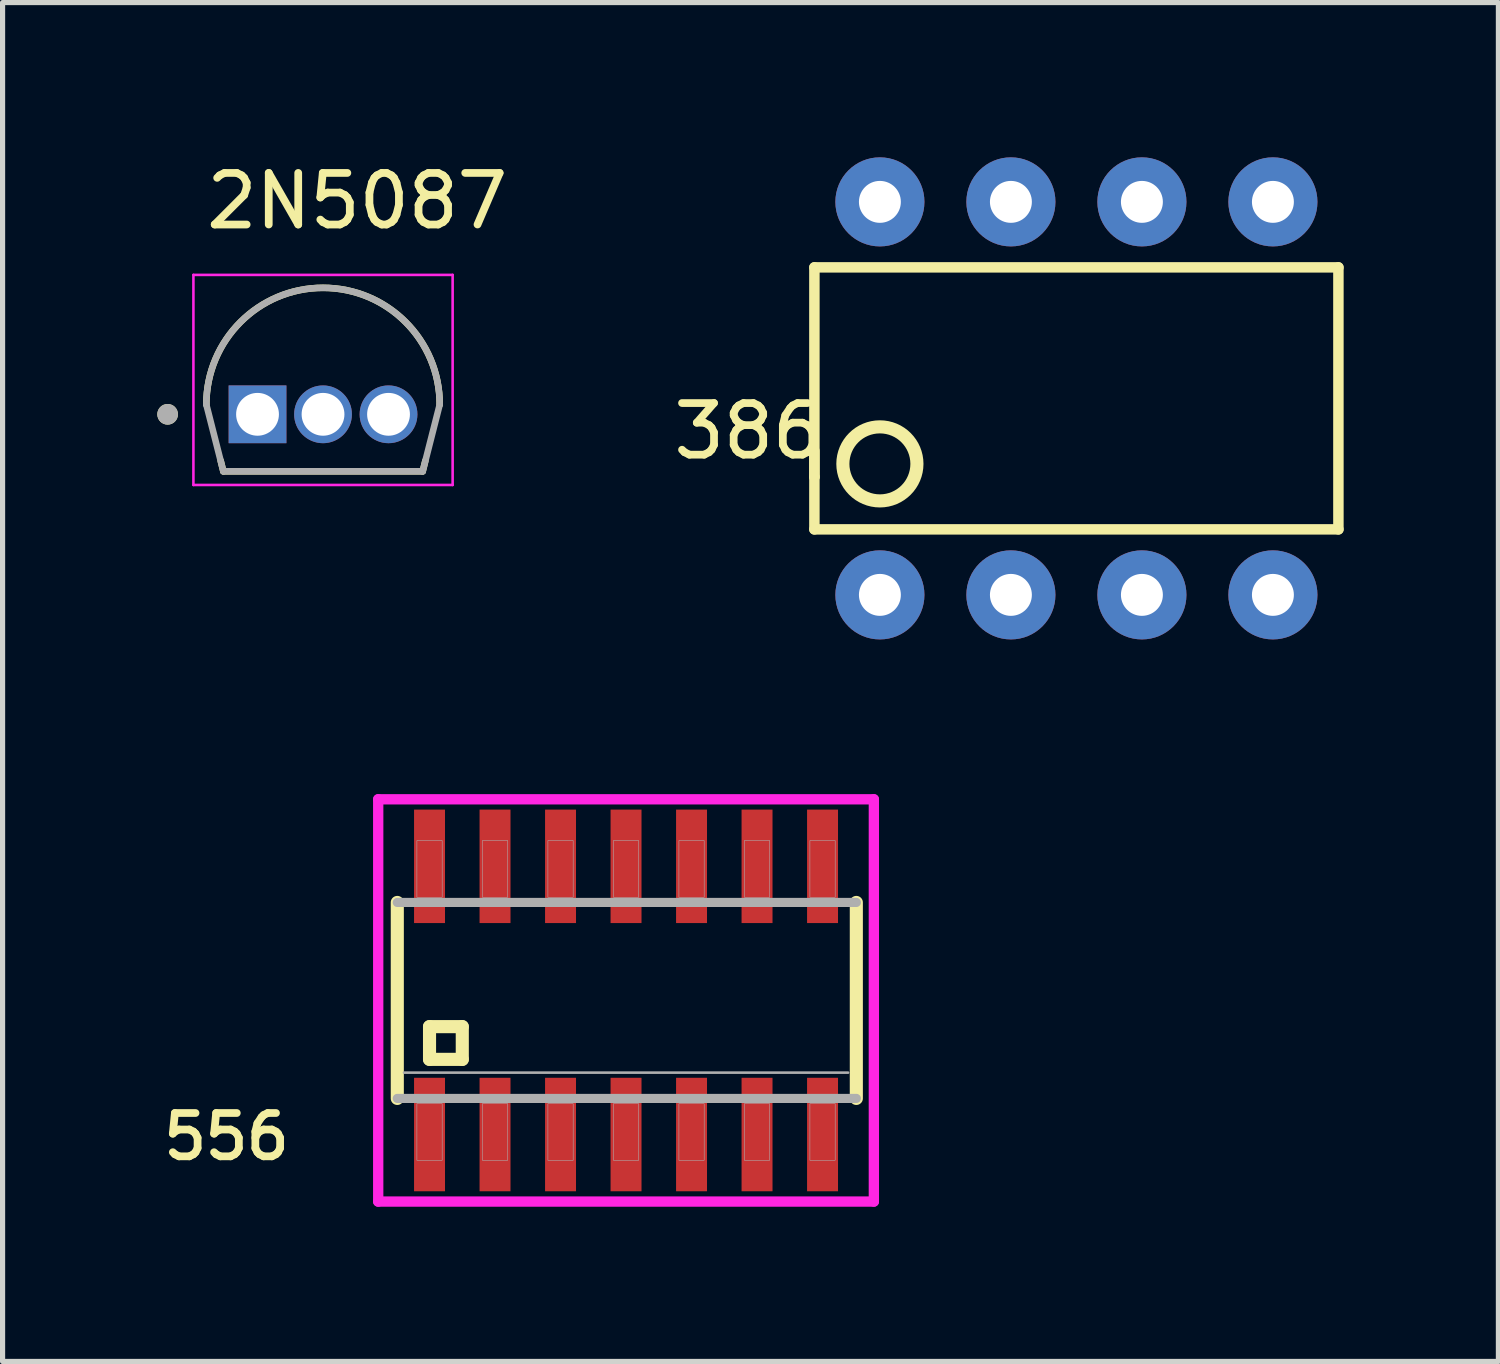
<source format=kicad_pcb>
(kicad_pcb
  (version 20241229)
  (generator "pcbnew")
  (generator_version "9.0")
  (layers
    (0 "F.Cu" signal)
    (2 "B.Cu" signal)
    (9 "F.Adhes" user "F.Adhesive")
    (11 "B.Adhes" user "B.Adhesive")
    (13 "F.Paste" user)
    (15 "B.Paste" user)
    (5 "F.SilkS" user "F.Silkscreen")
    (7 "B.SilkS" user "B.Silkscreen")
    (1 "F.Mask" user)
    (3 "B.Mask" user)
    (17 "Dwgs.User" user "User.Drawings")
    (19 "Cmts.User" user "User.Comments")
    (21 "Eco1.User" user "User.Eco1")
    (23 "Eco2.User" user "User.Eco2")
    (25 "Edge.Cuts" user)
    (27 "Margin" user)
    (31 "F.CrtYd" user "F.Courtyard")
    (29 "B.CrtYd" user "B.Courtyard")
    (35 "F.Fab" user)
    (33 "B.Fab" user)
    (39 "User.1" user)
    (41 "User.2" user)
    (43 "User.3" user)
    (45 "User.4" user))
  (footprint "2N5087"
    (layer "F.Cu")
    (at 3.213 4.983)
    (property "Reference" "2N5087" (at 0.662 -4.135 0) (layer "F.SilkS") (effects (font (size 1 1) (thickness 0.15))))
    (attr through_hole)
    (fp_line (start -1.933 1.105) (end -1.984 0.9) (stroke (width 0.127) (type solid)) (layer "F.SilkS"))
    (fp_line (start 1.933 1.105) (end -1.933 1.105) (stroke (width 0.127) (type solid)) (layer "F.SilkS"))
    (fp_line (start 1.933 1.105) (end 1.984 0.9) (stroke (width 0.127) (type solid)) (layer "F.SilkS"))
    (fp_arc (start -2.2625 -0.19) (mid 0 -2.4525) (end 2.2625 -0.19) (stroke (width 0.127) (type solid)) (layer "F.SilkS"))
    (fp_circle (center -3.013 0) (end -2.913 0) (stroke (width 0.2) (type solid)) (fill no) (layer "F.SilkS"))
    (fp_line (start -2.513 -2.703) (end -2.513 1.37) (stroke (width 0.05) (type solid)) (layer "F.CrtYd"))
    (fp_line (start -2.513 1.37) (end 2.513 1.37) (stroke (width 0.05) (type solid)) (layer "F.CrtYd"))
    (fp_line (start 2.513 -2.703) (end -2.513 -2.703) (stroke (width 0.05) (type solid)) (layer "F.CrtYd"))
    (fp_line (start 2.513 1.37) (end 2.513 -2.703) (stroke (width 0.05) (type solid)) (layer "F.CrtYd"))
    (fp_line (start -1.933 1.105) (end -2.263 -0.19) (stroke (width 0.127) (type solid)) (layer "F.Fab"))
    (fp_line (start 1.933 1.105) (end -1.933 1.105) (stroke (width 0.127) (type solid)) (layer "F.Fab"))
    (fp_line (start 1.933 1.105) (end 2.263 -0.19) (stroke (width 0.127) (type solid)) (layer "F.Fab"))
    (fp_arc (start -2.2625 -0.19) (mid 0 -2.4525) (end 2.2625 -0.19) (stroke (width 0.127) (type solid)) (layer "F.Fab"))
    (fp_circle (center -3.013 0) (end -2.913 0) (stroke (width 0.2) (type solid)) (fill no) (layer "F.Fab"))
    (pad "1" thru_hole rect (at -1.27 0) (size 1.12 1.12) (drill 0.83) (layers "*.Cu" "*.Mask"))
    (pad "2" thru_hole circle (at 0 0) (size 1.12 1.12) (drill 0.83) (layers "*.Cu" "*.Mask"))
    (pad "3" thru_hole circle (at 1.27 0) (size 1.12 1.12) (drill 0.83) (layers "*.Cu" "*.Mask")))
  (footprint "556"
    (layer "F.Cu")
    (at 9.088 16.347)
    (property "Reference" "556" (at -7.747 2.642 0) (layer "F.SilkS") (effects (font (size 0.84 0.84) (thickness 0.15))))
    (attr smd)
    (fp_line (start -4.435 1.9) (end -4.435 -1.9) (stroke (width 0.254) (type solid)) (layer "F.SilkS"))
    (fp_line (start -3.81 0.508) (end -3.175 0.508) (stroke (width 0.254) (type solid)) (layer "F.SilkS"))
    (fp_line (start -3.81 1.143) (end -3.81 0.508) (stroke (width 0.254) (type solid)) (layer "F.SilkS"))
    (fp_line (start -3.175 0.508) (end -3.175 1.143) (stroke (width 0.254) (type solid)) (layer "F.SilkS"))
    (fp_line (start -3.175 1.143) (end -3.81 1.143) (stroke (width 0.254) (type solid)) (layer "F.SilkS"))
    (fp_line (start 4.465 -1.9) (end 4.465 1.9) (stroke (width 0.254) (type solid)) (layer "F.SilkS"))
    (fp_line (start -4.805 -3.9) (end 4.805 -3.9) (stroke (width 0.2) (type solid)) (layer "F.CrtYd"))
    (fp_line (start -4.805 3.9) (end -4.805 -3.9) (stroke (width 0.2) (type solid)) (layer "F.CrtYd"))
    (fp_line (start 4.805 -3.9) (end 4.805 3.9) (stroke (width 0.2) (type solid)) (layer "F.CrtYd"))
    (fp_line (start 4.805 3.9) (end -4.805 3.9) (stroke (width 0.2) (type solid)) (layer "F.CrtYd"))
    (fp_line (start -4.435 -1.9) (end 4.465 -1.9) (stroke (width 0.178) (type solid)) (layer "F.Fab"))
    (fp_line (start 4.305 1.4) (end -4.305 1.4) (stroke (width 0.051) (type solid)) (layer "F.Fab"))
    (fp_line (start 4.465 1.9) (end -4.435 1.9) (stroke (width 0.178) (type solid)) (layer "F.Fab"))
    (fp_poly (pts (xy -4.055 -3.1) (xy -3.565 -3.1) (xy -3.565 -2) (xy -4.055 -2)) (stroke (width 0.01) (type solid)) (fill no) (layer "F.Fab"))
    (fp_poly (pts (xy -4.055 2) (xy -3.565 2) (xy -3.565 3.1) (xy -4.055 3.1)) (stroke (width 0.01) (type solid)) (fill no) (layer "F.Fab"))
    (fp_poly (pts (xy -2.785 -3.1) (xy -2.295 -3.1) (xy -2.295 -2) (xy -2.785 -2)) (stroke (width 0.01) (type solid)) (fill no) (layer "F.Fab"))
    (fp_poly (pts (xy -2.785 2) (xy -2.295 2) (xy -2.295 3.1) (xy -2.785 3.1)) (stroke (width 0.01) (type solid)) (fill no) (layer "F.Fab"))
    (fp_poly (pts (xy -1.515 -3.1) (xy -1.025 -3.1) (xy -1.025 -2) (xy -1.515 -2)) (stroke (width 0.01) (type solid)) (fill no) (layer "F.Fab"))
    (fp_poly (pts (xy -1.515 2) (xy -1.025 2) (xy -1.025 3.1) (xy -1.515 3.1)) (stroke (width 0.01) (type solid)) (fill no) (layer "F.Fab"))
    (fp_poly (pts (xy -0.245 -3.1) (xy 0.245 -3.1) (xy 0.245 -2) (xy -0.245 -2)) (stroke (width 0.01) (type solid)) (fill no) (layer "F.Fab"))
    (fp_poly (pts (xy -0.245 2) (xy 0.245 2) (xy 0.245 3.1) (xy -0.245 3.1)) (stroke (width 0.01) (type solid)) (fill no) (layer "F.Fab"))
    (fp_poly (pts (xy 1.025 -3.1) (xy 1.515 -3.1) (xy 1.515 -2) (xy 1.025 -2)) (stroke (width 0.01) (type solid)) (fill no) (layer "F.Fab"))
    (fp_poly (pts (xy 1.025 2) (xy 1.515 2) (xy 1.515 3.1) (xy 1.025 3.1)) (stroke (width 0.01) (type solid)) (fill no) (layer "F.Fab"))
    (fp_poly (pts (xy 2.295 -3.1) (xy 2.785 -3.1) (xy 2.785 -2) (xy 2.295 -2)) (stroke (width 0.01) (type solid)) (fill no) (layer "F.Fab"))
    (fp_poly (pts (xy 2.295 2) (xy 2.785 2) (xy 2.785 3.1) (xy 2.295 3.1)) (stroke (width 0.01) (type solid)) (fill no) (layer "F.Fab"))
    (fp_poly (pts (xy 3.565 -3.1) (xy 4.055 -3.1) (xy 4.055 -2) (xy 3.565 -2)) (stroke (width 0.01) (type solid)) (fill no) (layer "F.Fab"))
    (fp_poly (pts (xy 3.565 2) (xy 4.055 2) (xy 4.055 3.1) (xy 3.565 3.1)) (stroke (width 0.01) (type solid)) (fill no) (layer "F.Fab"))
    (pad "1" smd rect (at -3.81 2.6) (size 0.6 2.2) (layers "F.Cu" "F.Mask" "F.Paste"))
    (pad "2" smd rect (at -2.54 2.6) (size 0.6 2.2) (layers "F.Cu" "F.Mask" "F.Paste"))
    (pad "3" smd rect (at -1.27 2.6) (size 0.6 2.2) (layers "F.Cu" "F.Mask" "F.Paste"))
    (pad "4" smd rect (at 0 2.6) (size 0.6 2.2) (layers "F.Cu" "F.Mask" "F.Paste"))
    (pad "5" smd rect (at 1.27 2.6) (size 0.6 2.2) (layers "F.Cu" "F.Mask" "F.Paste"))
    (pad "6" smd rect (at 2.54 2.6) (size 0.6 2.2) (layers "F.Cu" "F.Mask" "F.Paste"))
    (pad "7" smd rect (at 3.81 2.6) (size 0.6 2.2) (layers "F.Cu" "F.Mask" "F.Paste"))
    (pad "8" smd rect (at 3.81 -2.6) (size 0.6 2.2) (layers "F.Cu" "F.Mask" "F.Paste"))
    (pad "9" smd rect (at 2.54 -2.6) (size 0.6 2.2) (layers "F.Cu" "F.Mask" "F.Paste"))
    (pad "10" smd rect (at 1.27 -2.6) (size 0.6 2.2) (layers "F.Cu" "F.Mask" "F.Paste"))
    (pad "11" smd rect (at 0 -2.6) (size 0.6 2.2) (layers "F.Cu" "F.Mask" "F.Paste"))
    (pad "12" smd rect (at -1.27 -2.6) (size 0.6 2.2) (layers "F.Cu" "F.Mask" "F.Paste"))
    (pad "13" smd rect (at -2.54 -2.6) (size 0.6 2.2) (layers "F.Cu" "F.Mask" "F.Paste"))
    (pad "14" smd rect (at -3.81 -2.6) (size 0.6 2.2) (layers "F.Cu" "F.Mask" "F.Paste")))
  (footprint "386"
    (layer "F.Cu")
    (at 17.82 4.674)
    (property "Reference" "386" (at -6.359 0.636 180) (layer "F.SilkS") (effects (font (size 1.001 1.001) (thickness 0.15))))
    (attr through_hole)
    (fp_line (start -5.08 -2.54) (end -5.08 1.524) (stroke (width 0.203) (type solid)) (layer "F.SilkS"))
    (fp_line (start -5.08 -2.54) (end 5.08 -2.54) (stroke (width 0.203) (type solid)) (layer "F.SilkS"))
    (fp_line (start -5.08 1.524) (end -5.08 1.016) (stroke (width 0.203) (type solid)) (layer "F.SilkS"))
    (fp_line (start -5.08 2.54) (end -5.08 1.524) (stroke (width 0.203) (type solid)) (layer "F.SilkS"))
    (fp_line (start -5.08 2.54) (end 5.08 2.54) (stroke (width 0.203) (type solid)) (layer "F.SilkS"))
    (fp_line (start 5.08 -2.54) (end 5.08 2.54) (stroke (width 0.203) (type solid)) (layer "F.SilkS"))
    (fp_circle (center -3.81 1.27) (end -3.092 1.27) (stroke (width 0.254) (type solid)) (fill no) (layer "F.SilkS"))
    (pad "1" thru_hole circle (at -3.81 3.81) (size 1.727 1.727) (drill 0.813) (layers "*.Cu" "*.Mask"))
    (pad "2" thru_hole circle (at -1.27 3.81) (size 1.727 1.727) (drill 0.813) (layers "*.Cu" "*.Mask"))
    (pad "3" thru_hole circle (at 1.27 3.81) (size 1.727 1.727) (drill 0.813) (layers "*.Cu" "*.Mask"))
    (pad "4" thru_hole circle (at 3.81 3.81) (size 1.727 1.727) (drill 0.813) (layers "*.Cu" "*.Mask"))
    (pad "5" thru_hole circle (at 3.81 -3.81) (size 1.727 1.727) (drill 0.813) (layers "*.Cu" "*.Mask"))
    (pad "6" thru_hole circle (at 1.27 -3.81) (size 1.727 1.727) (drill 0.813) (layers "*.Cu" "*.Mask"))
    (pad "7" thru_hole circle (at -1.27 -3.81) (size 1.727 1.727) (drill 0.813) (layers "*.Cu" "*.Mask"))
    (pad "8" thru_hole circle (at -3.81 -3.81) (size 1.727 1.727) (drill 0.813) (layers "*.Cu" "*.Mask")))
  (gr_rect
    (start -3 -3)
    (end 26.002 23.347)
    (stroke (width 0.1) (type default))
    (fill no)
    (layer "Edge.Cuts")))
</source>
